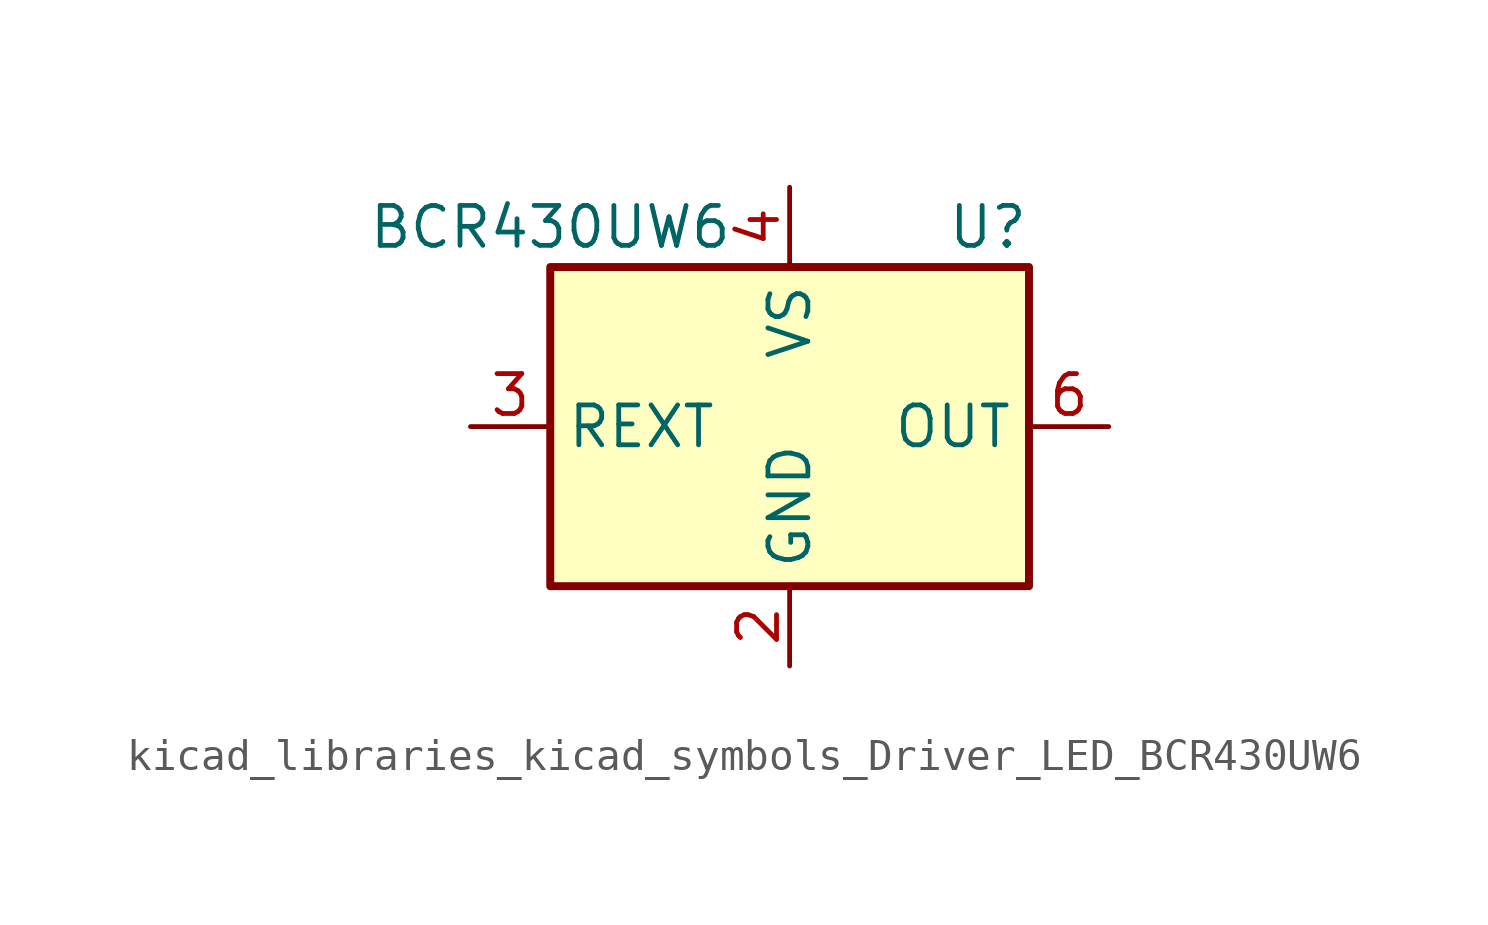
<source format=kicad_sym>
(kicad_symbol_lib
  (version 20220914)
  (generator kicad_symbol_editor)
  (symbol "kicad_libraries_kicad_symbols_Driver_LED_BCR430UW6"
    (property "Reference" "U"
      (at 7.62 6.35 0)
      (effects (font (size 1.27 1.27)) (justify right)))
    (property "Value" "BCR430UW6"
      (at -7.62 6.35 0)
      (effects (font (size 1.27 1.27))))
    (symbol "kicad_libraries_kicad_symbols_Driver_LED_BCR430UW6_0_1"
      (rectangle (start -7.62 5.08) (end 7.62 -5.08) (stroke (width 0.254) (type default)) (fill (type background))))
    (symbol "kicad_libraries_kicad_symbols_Driver_LED_BCR430UW6_1_1"
      (pin no_connect line (at 7.62 2.54 180) (length 2.54) hide (name "NC" (effects (font (size 1.27 1.27)))) (number "1" (effects (font (size 1.27 1.27)))))
      (pin power_in line (at 0 -7.62 90) (length 2.54) (name "GND" (effects (font (size 1.27 1.27)))) (number "2" (effects (font (size 1.27 1.27)))))
      (pin passive line (at -10.16 0 0) (length 2.54) (name "REXT" (effects (font (size 1.27 1.27)))) (number "3" (effects (font (size 1.27 1.27)))))
      (pin power_in line (at 0 7.62 270) (length 2.54) (name "VS" (effects (font (size 1.27 1.27)))) (number "4" (effects (font (size 1.27 1.27)))))
      (pin no_connect line (at 7.62 -2.54 180) (length 2.54) hide (name "NC" (effects (font (size 1.27 1.27)))) (number "5" (effects (font (size 1.27 1.27)))))
      (pin output line (at 10.16 0 180) (length 2.54) (name "OUT" (effects (font (size 1.27 1.27)))) (number "6" (effects (font (size 1.27 1.27))))))))
</source>
